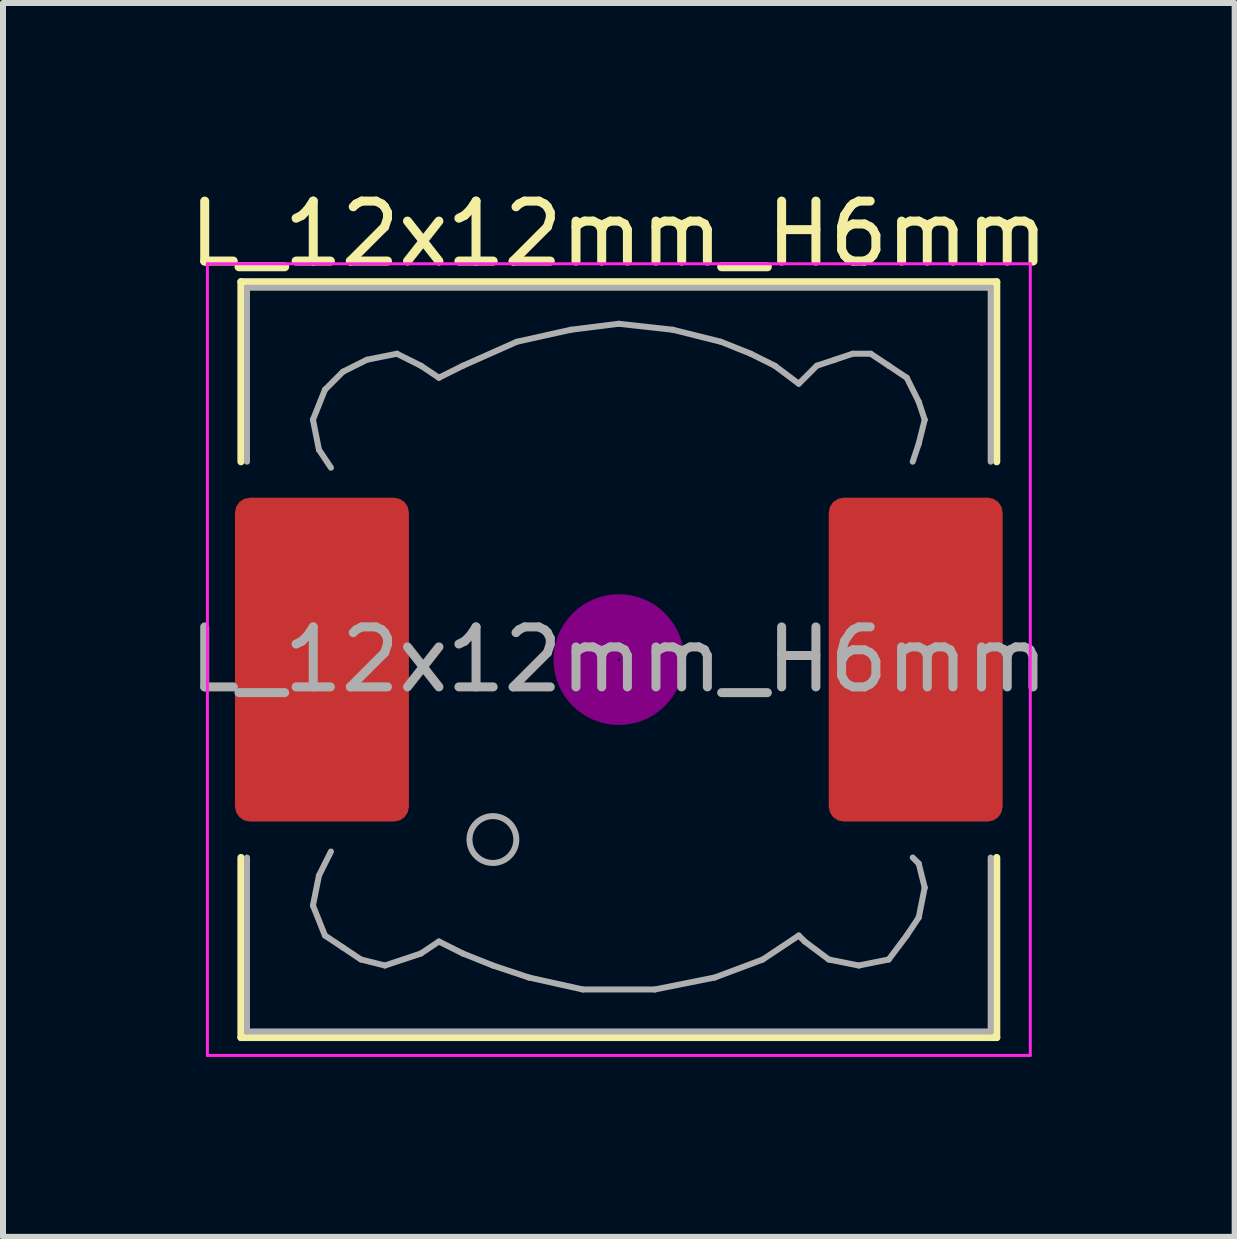
<source format=kicad_pcb>
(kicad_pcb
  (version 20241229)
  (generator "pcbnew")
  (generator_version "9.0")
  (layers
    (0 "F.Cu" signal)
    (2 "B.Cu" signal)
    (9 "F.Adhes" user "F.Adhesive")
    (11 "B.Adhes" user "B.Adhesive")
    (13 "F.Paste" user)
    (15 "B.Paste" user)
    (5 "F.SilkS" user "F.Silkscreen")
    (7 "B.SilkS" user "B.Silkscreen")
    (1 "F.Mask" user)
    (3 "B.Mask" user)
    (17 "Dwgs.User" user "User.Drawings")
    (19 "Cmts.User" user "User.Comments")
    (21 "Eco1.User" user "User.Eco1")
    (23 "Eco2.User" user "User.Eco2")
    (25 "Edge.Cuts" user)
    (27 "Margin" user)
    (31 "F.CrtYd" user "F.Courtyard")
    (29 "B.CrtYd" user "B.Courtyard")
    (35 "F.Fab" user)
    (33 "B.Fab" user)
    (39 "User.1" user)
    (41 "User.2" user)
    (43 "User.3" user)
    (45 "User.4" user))
  (footprint "L_12x12mm_H6mm"
    (layer "F.Cu")
    (at 7.268 7.948)
    (property "Reference" "L_12x12mm_H6mm" (at 0 -7.1 0) (layer "F.SilkS") (effects (font (size 1 1) (thickness 0.15))))
    (attr smd)
    (fp_line (start -6.3 -6.3) (end 6.3 -6.3) (stroke (width 0.12) (type solid)) (layer "F.SilkS"))
    (fp_line (start -6.3 -3.3) (end -6.3 -6.3) (stroke (width 0.12) (type solid)) (layer "F.SilkS"))
    (fp_line (start -6.3 6.3) (end -6.3 3.3) (stroke (width 0.12) (type solid)) (layer "F.SilkS"))
    (fp_line (start 6.3 -6.3) (end 6.3 -3.3) (stroke (width 0.12) (type solid)) (layer "F.SilkS"))
    (fp_line (start 6.3 3.3) (end 6.3 6.3) (stroke (width 0.12) (type solid)) (layer "F.SilkS"))
    (fp_line (start 6.3 6.3) (end -6.3 6.3) (stroke (width 0.12) (type solid)) (layer "F.SilkS"))
    (fp_circle (center 0 0) (end 0.15 0.15) (stroke (width 0.38) (type solid)) (fill no) (layer "F.Adhes"))
    (fp_circle (center 0 0) (end 0.55 0) (stroke (width 0.38) (type solid)) (fill no) (layer "F.Adhes"))
    (fp_circle (center 0 0) (end 0.9 0) (stroke (width 0.38) (type solid)) (fill no) (layer "F.Adhes"))
    (fp_line (start -6.86 -6.6) (end 6.86 -6.6) (stroke (width 0.05) (type solid)) (layer "F.CrtYd"))
    (fp_line (start -6.86 6.6) (end -6.86 -6.6) (stroke (width 0.05) (type solid)) (layer "F.CrtYd"))
    (fp_line (start 6.86 -6.6) (end 6.86 6.6) (stroke (width 0.05) (type solid)) (layer "F.CrtYd"))
    (fp_line (start 6.86 6.6) (end -6.86 6.6) (stroke (width 0.05) (type solid)) (layer "F.CrtYd"))
    (fp_line (start -6.2 -6.2) (end -6.2 -3.3) (stroke (width 0.1) (type solid)) (layer "F.Fab"))
    (fp_line (start -6.2 3.3) (end -6.2 6.2) (stroke (width 0.1) (type solid)) (layer "F.Fab"))
    (fp_line (start -6.2 6.2) (end 6.2 6.2) (stroke (width 0.1) (type solid)) (layer "F.Fab"))
    (fp_line (start -5.1 -4) (end -5 -3.5) (stroke (width 0.1) (type solid)) (layer "F.Fab"))
    (fp_line (start -5.1 4.1) (end -5 3.6) (stroke (width 0.1) (type solid)) (layer "F.Fab"))
    (fp_line (start -5 -3.5) (end -4.8 -3.2) (stroke (width 0.1) (type solid)) (layer "F.Fab"))
    (fp_line (start -5 3.6) (end -4.8 3.2) (stroke (width 0.1) (type solid)) (layer "F.Fab"))
    (fp_line (start -4.9 -4.5) (end -5.1 -4) (stroke (width 0.1) (type solid)) (layer "F.Fab"))
    (fp_line (start -4.9 4.6) (end -5.1 4.1) (stroke (width 0.1) (type solid)) (layer "F.Fab"))
    (fp_line (start -4.6 -4.8) (end -4.9 -4.5) (stroke (width 0.1) (type solid)) (layer "F.Fab"))
    (fp_line (start -4.6 4.8) (end -4.9 4.6) (stroke (width 0.1) (type solid)) (layer "F.Fab"))
    (fp_line (start -4.3 5) (end -4.6 4.8) (stroke (width 0.1) (type solid)) (layer "F.Fab"))
    (fp_line (start -4.2 -5) (end -4.6 -4.8) (stroke (width 0.1) (type solid)) (layer "F.Fab"))
    (fp_line (start -3.9 5.1) (end -4.3 5) (stroke (width 0.1) (type solid)) (layer "F.Fab"))
    (fp_line (start -3.7 -5.1) (end -4.2 -5) (stroke (width 0.1) (type solid)) (layer "F.Fab"))
    (fp_line (start -3.3 -4.9) (end -3.7 -5.1) (stroke (width 0.1) (type solid)) (layer "F.Fab"))
    (fp_line (start -3.3 4.9) (end -3.9 5.1) (stroke (width 0.1) (type solid)) (layer "F.Fab"))
    (fp_line (start -3 -4.7) (end -3.3 -4.9) (stroke (width 0.1) (type solid)) (layer "F.Fab"))
    (fp_line (start -3 4.7) (end -3.3 4.9) (stroke (width 0.1) (type solid)) (layer "F.Fab"))
    (fp_line (start -2.6 -4.9) (end -3 -4.7) (stroke (width 0.1) (type solid)) (layer "F.Fab"))
    (fp_line (start -2.6 4.9) (end -3 4.7) (stroke (width 0.1) (type solid)) (layer "F.Fab"))
    (fp_line (start -2.1 5.1) (end -2.6 4.9) (stroke (width 0.1) (type solid)) (layer "F.Fab"))
    (fp_line (start -1.7 -5.3) (end -2.6 -4.9) (stroke (width 0.1) (type solid)) (layer "F.Fab"))
    (fp_line (start -1.5 5.3) (end -2.1 5.1) (stroke (width 0.1) (type solid)) (layer "F.Fab"))
    (fp_line (start -0.8 -5.5) (end -1.7 -5.3) (stroke (width 0.1) (type solid)) (layer "F.Fab"))
    (fp_line (start -0.6 5.5) (end -1.5 5.3) (stroke (width 0.1) (type solid)) (layer "F.Fab"))
    (fp_line (start 0 -5.6) (end -0.8 -5.5) (stroke (width 0.1) (type solid)) (layer "F.Fab"))
    (fp_line (start 0.6 5.5) (end -0.6 5.5) (stroke (width 0.1) (type solid)) (layer "F.Fab"))
    (fp_line (start 0.9 -5.5) (end 0 -5.6) (stroke (width 0.1) (type solid)) (layer "F.Fab"))
    (fp_line (start 1.6 5.3) (end 0.6 5.5) (stroke (width 0.1) (type solid)) (layer "F.Fab"))
    (fp_line (start 1.7 -5.3) (end 0.9 -5.5) (stroke (width 0.1) (type solid)) (layer "F.Fab"))
    (fp_line (start 2.2 -5.1) (end 1.7 -5.3) (stroke (width 0.1) (type solid)) (layer "F.Fab"))
    (fp_line (start 2.4 5) (end 1.6 5.3) (stroke (width 0.1) (type solid)) (layer "F.Fab"))
    (fp_line (start 2.6 -4.9) (end 2.2 -5.1) (stroke (width 0.1) (type solid)) (layer "F.Fab"))
    (fp_line (start 3 -4.6) (end 2.6 -4.9) (stroke (width 0.1) (type solid)) (layer "F.Fab"))
    (fp_line (start 3 4.6) (end 2.4 5) (stroke (width 0.1) (type solid)) (layer "F.Fab"))
    (fp_line (start 3.1 4.7) (end 3 4.6) (stroke (width 0.1) (type solid)) (layer "F.Fab"))
    (fp_line (start 3.3 -4.9) (end 3 -4.6) (stroke (width 0.1) (type solid)) (layer "F.Fab"))
    (fp_line (start 3.5 5) (end 3.1 4.7) (stroke (width 0.1) (type solid)) (layer "F.Fab"))
    (fp_line (start 3.6 -5) (end 3.3 -4.9) (stroke (width 0.1) (type solid)) (layer "F.Fab"))
    (fp_line (start 3.9 -5.1) (end 3.6 -5) (stroke (width 0.1) (type solid)) (layer "F.Fab"))
    (fp_line (start 4 5.1) (end 3.5 5) (stroke (width 0.1) (type solid)) (layer "F.Fab"))
    (fp_line (start 4.2 -5.1) (end 3.9 -5.1) (stroke (width 0.1) (type solid)) (layer "F.Fab"))
    (fp_line (start 4.5 -4.9) (end 4.2 -5.1) (stroke (width 0.1) (type solid)) (layer "F.Fab"))
    (fp_line (start 4.5 5) (end 4 5.1) (stroke (width 0.1) (type solid)) (layer "F.Fab"))
    (fp_line (start 4.8 -4.7) (end 4.5 -4.9) (stroke (width 0.1) (type solid)) (layer "F.Fab"))
    (fp_line (start 4.8 4.6) (end 4.5 5) (stroke (width 0.1) (type solid)) (layer "F.Fab"))
    (fp_line (start 4.9 -3.3) (end 5 -3.6) (stroke (width 0.1) (type solid)) (layer "F.Fab"))
    (fp_line (start 4.9 3.3) (end 5 3.4) (stroke (width 0.1) (type solid)) (layer "F.Fab"))
    (fp_line (start 5 -4.3) (end 4.8 -4.7) (stroke (width 0.1) (type solid)) (layer "F.Fab"))
    (fp_line (start 5 -3.6) (end 5.1 -4) (stroke (width 0.1) (type solid)) (layer "F.Fab"))
    (fp_line (start 5 3.4) (end 5.1 3.8) (stroke (width 0.1) (type solid)) (layer "F.Fab"))
    (fp_line (start 5 4.3) (end 4.8 4.6) (stroke (width 0.1) (type solid)) (layer "F.Fab"))
    (fp_line (start 5.1 -4) (end 5 -4.3) (stroke (width 0.1) (type solid)) (layer "F.Fab"))
    (fp_line (start 5.1 3.8) (end 5 4.3) (stroke (width 0.1) (type solid)) (layer "F.Fab"))
    (fp_line (start 6.2 -6.2) (end -6.2 -6.2) (stroke (width 0.1) (type solid)) (layer "F.Fab"))
    (fp_line (start 6.2 -6.2) (end 6.2 -3.3) (stroke (width 0.1) (type solid)) (layer "F.Fab"))
    (fp_line (start 6.2 6.2) (end 6.2 3.3) (stroke (width 0.1) (type solid)) (layer "F.Fab"))
    (fp_circle (center -2.1 3) (end -1.8 3.25) (stroke (width 0.1) (type solid)) (fill no) (layer "F.Fab"))
    (fp_text user "${REFERENCE}" (at 0 0 0) (layer "F.Fab") (effects (font (size 1 1) (thickness 0.15))))
    (pad "1" smd roundrect (at -4.95 0) (size 2.9 5.4) (layers "F.Cu" "F.Mask" "F.Paste") (roundrect_rratio 0.086))
    (pad "2" smd roundrect (at 4.95 0) (size 2.9 5.4) (layers "F.Cu" "F.Mask" "F.Paste") (roundrect_rratio 0.086)))
  (gr_rect
    (start -3 -3)
    (end 17.536 17.573)
    (stroke (width 0.1) (type default))
    (fill no)
    (layer "Edge.Cuts")))
</source>
